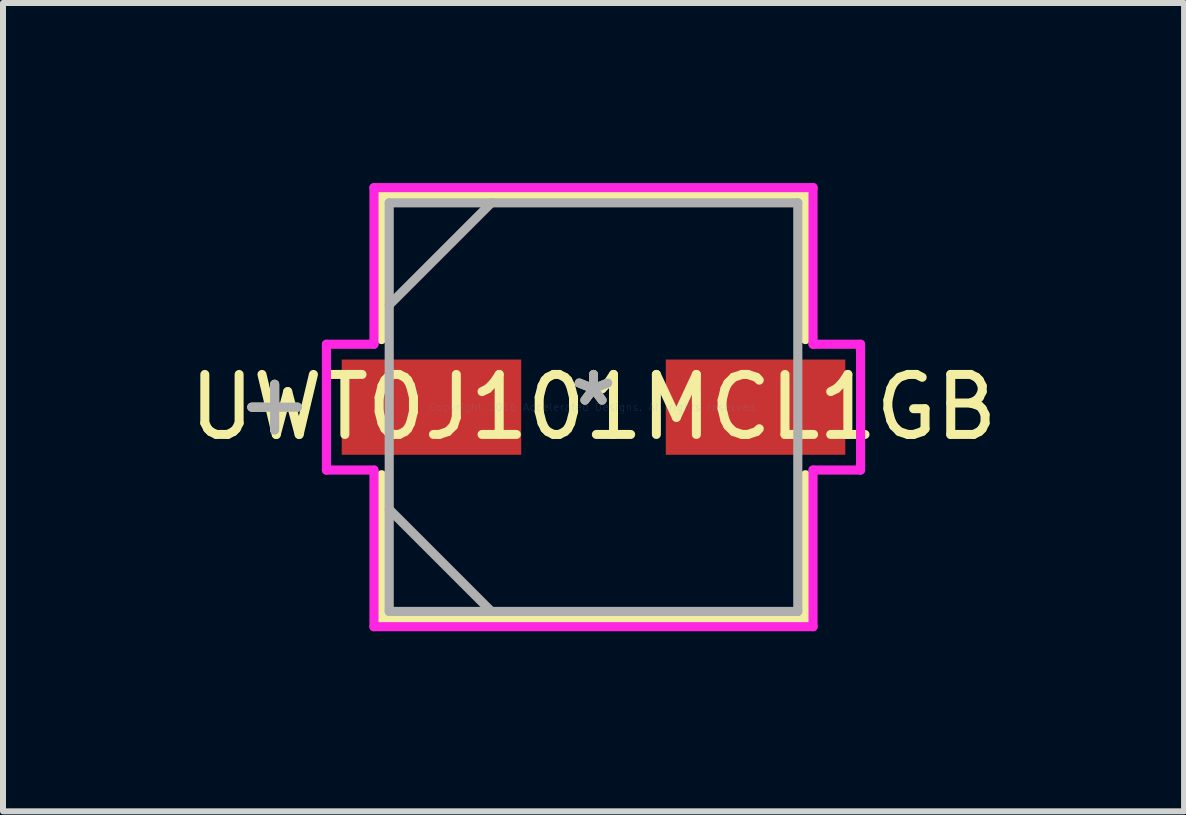
<source format=kicad_pcb>
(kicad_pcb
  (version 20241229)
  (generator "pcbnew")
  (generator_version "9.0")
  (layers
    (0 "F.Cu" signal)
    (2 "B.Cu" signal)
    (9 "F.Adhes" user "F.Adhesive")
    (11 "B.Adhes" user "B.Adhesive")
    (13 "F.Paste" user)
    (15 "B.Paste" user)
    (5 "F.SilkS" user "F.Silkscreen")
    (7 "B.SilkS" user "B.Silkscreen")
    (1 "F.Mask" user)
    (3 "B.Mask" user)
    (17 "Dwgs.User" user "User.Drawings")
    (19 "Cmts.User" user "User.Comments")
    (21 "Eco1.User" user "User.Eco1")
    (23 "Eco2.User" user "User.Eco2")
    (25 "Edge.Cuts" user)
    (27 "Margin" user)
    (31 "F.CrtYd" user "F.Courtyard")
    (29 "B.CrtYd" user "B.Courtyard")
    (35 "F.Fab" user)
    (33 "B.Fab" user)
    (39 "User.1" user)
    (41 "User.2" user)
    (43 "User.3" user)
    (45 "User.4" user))
  (footprint "UWT0J101MCL1GB"
    (layer "F.Cu")
    (at 6.839 3.734)
    (property "Reference" "UWT0J101MCL1GB" (at 0 0 0) (layer "F.SilkS") (effects (font (size 1 1) (thickness 0.15))))
    (attr through_hole)
    (fp_line (start -5.313 -0.381) (end -5.313 0.381) (stroke (width 0.152) (type solid)) (layer "F.SilkS"))
    (fp_line (start -4.932 0) (end -5.694 0) (stroke (width 0.152) (type solid)) (layer "F.SilkS"))
    (fp_line (start -3.531 -3.531) (end -3.531 -1.126) (stroke (width 0.152) (type solid)) (layer "F.SilkS"))
    (fp_line (start -3.531 1.126) (end -3.531 3.531) (stroke (width 0.152) (type solid)) (layer "F.SilkS"))
    (fp_line (start -3.531 3.531) (end 3.531 3.531) (stroke (width 0.152) (type solid)) (layer "F.SilkS"))
    (fp_line (start 3.531 -3.531) (end -3.531 -3.531) (stroke (width 0.152) (type solid)) (layer "F.SilkS"))
    (fp_line (start 3.531 -1.126) (end 3.531 -3.531) (stroke (width 0.152) (type solid)) (layer "F.SilkS"))
    (fp_line (start 3.531 3.531) (end 3.531 1.126) (stroke (width 0.152) (type solid)) (layer "F.SilkS"))
    (fp_line (start -4.45 -1.048) (end -3.658 -1.048) (stroke (width 0.152) (type solid)) (layer "F.CrtYd"))
    (fp_line (start -4.45 1.048) (end -4.45 -1.048) (stroke (width 0.152) (type solid)) (layer "F.CrtYd"))
    (fp_line (start -3.658 -3.658) (end 3.658 -3.658) (stroke (width 0.152) (type solid)) (layer "F.CrtYd"))
    (fp_line (start -3.658 -1.048) (end -3.658 -3.658) (stroke (width 0.152) (type solid)) (layer "F.CrtYd"))
    (fp_line (start -3.658 1.048) (end -4.45 1.048) (stroke (width 0.152) (type solid)) (layer "F.CrtYd"))
    (fp_line (start -3.658 3.658) (end -3.658 1.048) (stroke (width 0.152) (type solid)) (layer "F.CrtYd"))
    (fp_line (start 3.658 -3.658) (end 3.658 -1.048) (stroke (width 0.152) (type solid)) (layer "F.CrtYd"))
    (fp_line (start 3.658 -1.048) (end 4.45 -1.048) (stroke (width 0.152) (type solid)) (layer "F.CrtYd"))
    (fp_line (start 3.658 1.048) (end 3.658 3.658) (stroke (width 0.152) (type solid)) (layer "F.CrtYd"))
    (fp_line (start 3.658 3.658) (end -3.658 3.658) (stroke (width 0.152) (type solid)) (layer "F.CrtYd"))
    (fp_line (start 4.45 -1.048) (end 4.45 1.048) (stroke (width 0.152) (type solid)) (layer "F.CrtYd"))
    (fp_line (start 4.45 1.048) (end 3.658 1.048) (stroke (width 0.152) (type solid)) (layer "F.CrtYd"))
    (fp_line (start -5.313 -0.381) (end -5.313 0.381) (stroke (width 0.152) (type solid)) (layer "F.Fab"))
    (fp_line (start -4.932 0) (end -5.694 0) (stroke (width 0.152) (type solid)) (layer "F.Fab"))
    (fp_line (start -3.404 -3.404) (end -3.404 3.404) (stroke (width 0.152) (type solid)) (layer "F.Fab"))
    (fp_line (start -3.404 -1.702) (end -1.702 -3.404) (stroke (width 0.152) (type solid)) (layer "F.Fab"))
    (fp_line (start -3.404 1.702) (end -1.702 3.404) (stroke (width 0.152) (type solid)) (layer "F.Fab"))
    (fp_line (start -3.404 3.404) (end 3.404 3.404) (stroke (width 0.152) (type solid)) (layer "F.Fab"))
    (fp_line (start 3.404 -3.404) (end -3.404 -3.404) (stroke (width 0.152) (type solid)) (layer "F.Fab"))
    (fp_line (start 3.404 3.404) (end 3.404 -3.404) (stroke (width 0.152) (type solid)) (layer "F.Fab"))
    (fp_text user "*" (at 0 0 0) (layer "F.SilkS") (effects (font (size 1 1) (thickness 0.15))))
    (fp_text user "Copyright 2016 Accelerated Designs. All rights reserved." (at 0 0 0) (layer "Cmts.User") (effects (font (size 0.127 0.127) (thickness 0.002))))
    (fp_text user "*" (at 0 0 0) (layer "F.Fab") (effects (font (size 1 1) (thickness 0.15))))
    (pad "1" smd rect (at -2.7 0) (size 2.991 1.587) (layers "F.Cu" "F.Mask" "F.Paste"))
    (pad "2" smd rect (at 2.7 0) (size 2.991 1.587) (layers "F.Cu" "F.Mask" "F.Paste")))
  (gr_rect
    (start -3 -3)
    (end 16.679 10.468)
    (stroke (width 0.1) (type default))
    (fill no)
    (layer "Edge.Cuts")))
</source>
